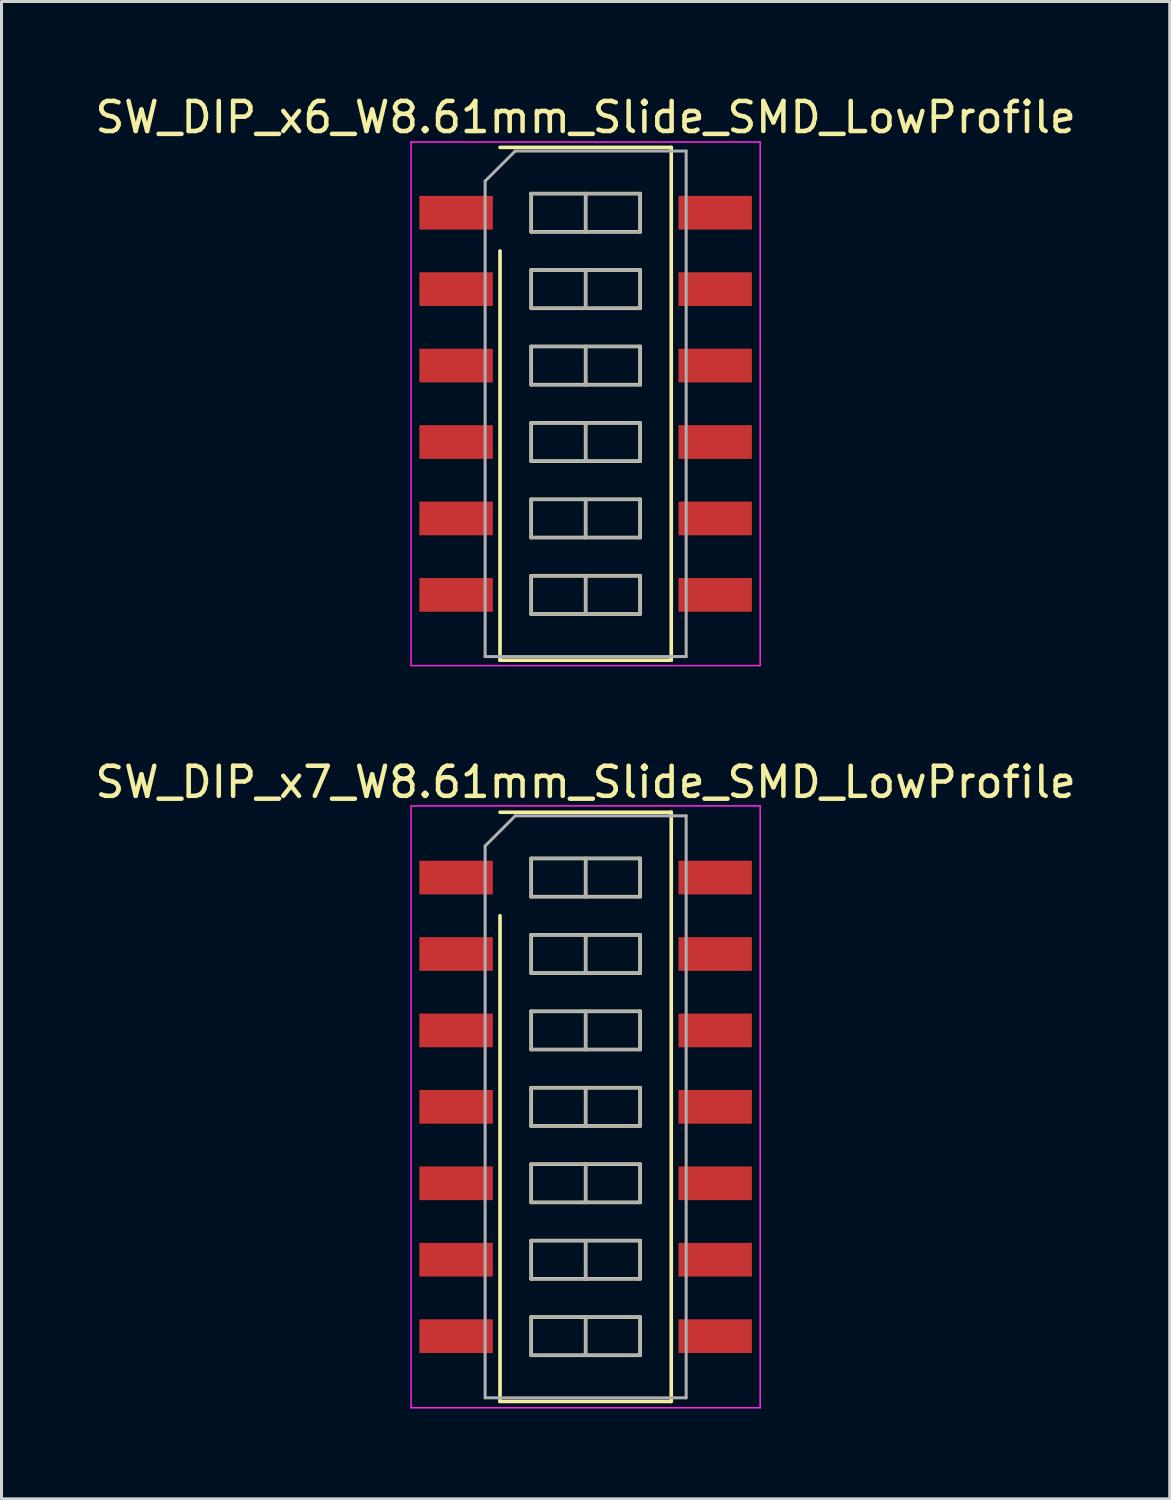
<source format=kicad_pcb>
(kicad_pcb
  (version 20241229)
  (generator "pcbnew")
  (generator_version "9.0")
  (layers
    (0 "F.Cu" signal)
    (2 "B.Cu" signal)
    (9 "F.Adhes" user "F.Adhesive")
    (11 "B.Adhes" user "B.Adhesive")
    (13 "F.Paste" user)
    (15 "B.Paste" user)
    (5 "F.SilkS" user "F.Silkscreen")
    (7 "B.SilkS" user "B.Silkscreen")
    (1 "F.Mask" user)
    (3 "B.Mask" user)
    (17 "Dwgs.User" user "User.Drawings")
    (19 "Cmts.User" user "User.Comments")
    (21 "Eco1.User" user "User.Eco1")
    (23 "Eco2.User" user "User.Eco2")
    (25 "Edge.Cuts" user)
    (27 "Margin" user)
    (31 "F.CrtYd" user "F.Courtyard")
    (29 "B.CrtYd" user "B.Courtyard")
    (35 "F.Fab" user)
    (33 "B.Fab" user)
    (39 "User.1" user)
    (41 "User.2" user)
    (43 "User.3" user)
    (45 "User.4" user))
  (footprint "SW_DIP_x7_W8.61mm_Slide_SMD_LowProfile"
    (layer "F.Cu")
    (at 16.411 33.731)
    (property "Reference" "SW_DIP_x7_W8.61mm_Slide_SMD_LowProfile" (at 0 -10.79 0) (layer "F.SilkS") (effects (font (size 1 1) (thickness 0.15))))
    (attr smd)
    (fp_line (start -2.845 -9.79) (end 2.845 -9.79) (stroke (width 0.12) (type solid)) (layer "F.SilkS"))
    (fp_line (start -2.845 9.79) (end -2.845 -6.35) (stroke (width 0.12) (type solid)) (layer "F.SilkS"))
    (fp_line (start -1.81 -8.255) (end -1.81 -6.985) (stroke (width 0.12) (type solid)) (layer "F.SilkS"))
    (fp_line (start -1.81 -6.985) (end 1.81 -6.985) (stroke (width 0.12) (type solid)) (layer "F.SilkS"))
    (fp_line (start -1.81 -5.715) (end -1.81 -4.445) (stroke (width 0.12) (type solid)) (layer "F.SilkS"))
    (fp_line (start -1.81 -4.445) (end 1.81 -4.445) (stroke (width 0.12) (type solid)) (layer "F.SilkS"))
    (fp_line (start -1.81 -3.175) (end -1.81 -1.905) (stroke (width 0.12) (type solid)) (layer "F.SilkS"))
    (fp_line (start -1.81 -1.905) (end 1.81 -1.905) (stroke (width 0.12) (type solid)) (layer "F.SilkS"))
    (fp_line (start -1.81 -0.635) (end -1.81 0.635) (stroke (width 0.12) (type solid)) (layer "F.SilkS"))
    (fp_line (start -1.81 0.635) (end 1.81 0.635) (stroke (width 0.12) (type solid)) (layer "F.SilkS"))
    (fp_line (start -1.81 1.905) (end -1.81 3.175) (stroke (width 0.12) (type solid)) (layer "F.SilkS"))
    (fp_line (start -1.81 3.175) (end 1.81 3.175) (stroke (width 0.12) (type solid)) (layer "F.SilkS"))
    (fp_line (start -1.81 4.445) (end -1.81 5.715) (stroke (width 0.12) (type solid)) (layer "F.SilkS"))
    (fp_line (start -1.81 5.715) (end 1.81 5.715) (stroke (width 0.12) (type solid)) (layer "F.SilkS"))
    (fp_line (start -1.81 6.985) (end -1.81 8.255) (stroke (width 0.12) (type solid)) (layer "F.SilkS"))
    (fp_line (start -1.81 8.255) (end 1.81 8.255) (stroke (width 0.12) (type solid)) (layer "F.SilkS"))
    (fp_line (start 0 -8.255) (end 0 -6.985) (stroke (width 0.12) (type solid)) (layer "F.SilkS"))
    (fp_line (start 0 -5.715) (end 0 -4.445) (stroke (width 0.12) (type solid)) (layer "F.SilkS"))
    (fp_line (start 0 -3.175) (end 0 -1.905) (stroke (width 0.12) (type solid)) (layer "F.SilkS"))
    (fp_line (start 0 -0.635) (end 0 0.635) (stroke (width 0.12) (type solid)) (layer "F.SilkS"))
    (fp_line (start 0 1.905) (end 0 3.175) (stroke (width 0.12) (type solid)) (layer "F.SilkS"))
    (fp_line (start 0 4.445) (end 0 5.715) (stroke (width 0.12) (type solid)) (layer "F.SilkS"))
    (fp_line (start 0 6.985) (end 0 8.255) (stroke (width 0.12) (type solid)) (layer "F.SilkS"))
    (fp_line (start 1.81 -8.255) (end -1.81 -8.255) (stroke (width 0.12) (type solid)) (layer "F.SilkS"))
    (fp_line (start 1.81 -6.985) (end 1.81 -8.255) (stroke (width 0.12) (type solid)) (layer "F.SilkS"))
    (fp_line (start 1.81 -5.715) (end -1.81 -5.715) (stroke (width 0.12) (type solid)) (layer "F.SilkS"))
    (fp_line (start 1.81 -4.445) (end 1.81 -5.715) (stroke (width 0.12) (type solid)) (layer "F.SilkS"))
    (fp_line (start 1.81 -3.175) (end -1.81 -3.175) (stroke (width 0.12) (type solid)) (layer "F.SilkS"))
    (fp_line (start 1.81 -1.905) (end 1.81 -3.175) (stroke (width 0.12) (type solid)) (layer "F.SilkS"))
    (fp_line (start 1.81 -0.635) (end -1.81 -0.635) (stroke (width 0.12) (type solid)) (layer "F.SilkS"))
    (fp_line (start 1.81 0.635) (end 1.81 -0.635) (stroke (width 0.12) (type solid)) (layer "F.SilkS"))
    (fp_line (start 1.81 1.905) (end -1.81 1.905) (stroke (width 0.12) (type solid)) (layer "F.SilkS"))
    (fp_line (start 1.81 3.175) (end 1.81 1.905) (stroke (width 0.12) (type solid)) (layer "F.SilkS"))
    (fp_line (start 1.81 4.445) (end -1.81 4.445) (stroke (width 0.12) (type solid)) (layer "F.SilkS"))
    (fp_line (start 1.81 5.715) (end 1.81 4.445) (stroke (width 0.12) (type solid)) (layer "F.SilkS"))
    (fp_line (start 1.81 6.985) (end -1.81 6.985) (stroke (width 0.12) (type solid)) (layer "F.SilkS"))
    (fp_line (start 1.81 8.255) (end 1.81 6.985) (stroke (width 0.12) (type solid)) (layer "F.SilkS"))
    (fp_line (start 2.845 -9.79) (end 2.845 9.79) (stroke (width 0.12) (type solid)) (layer "F.SilkS"))
    (fp_line (start 2.845 9.79) (end -2.845 9.79) (stroke (width 0.12) (type solid)) (layer "F.SilkS"))
    (fp_line (start -5.8 -10) (end -5.8 10) (stroke (width 0.05) (type solid)) (layer "F.CrtYd"))
    (fp_line (start -5.8 10) (end 5.8 10) (stroke (width 0.05) (type solid)) (layer "F.CrtYd"))
    (fp_line (start 5.8 -10) (end -5.8 -10) (stroke (width 0.05) (type solid)) (layer "F.CrtYd"))
    (fp_line (start 5.8 10) (end 5.8 -10) (stroke (width 0.05) (type solid)) (layer "F.CrtYd"))
    (fp_line (start -3.34 -8.67) (end -2.34 -9.67) (stroke (width 0.1) (type solid)) (layer "F.Fab"))
    (fp_line (start -3.34 9.67) (end -3.34 -8.67) (stroke (width 0.1) (type solid)) (layer "F.Fab"))
    (fp_line (start -2.34 -9.67) (end 3.34 -9.67) (stroke (width 0.1) (type solid)) (layer "F.Fab"))
    (fp_line (start -1.81 -8.255) (end -1.81 -6.985) (stroke (width 0.1) (type solid)) (layer "F.Fab"))
    (fp_line (start -1.81 -6.985) (end 1.81 -6.985) (stroke (width 0.1) (type solid)) (layer "F.Fab"))
    (fp_line (start -1.81 -5.715) (end -1.81 -4.445) (stroke (width 0.1) (type solid)) (layer "F.Fab"))
    (fp_line (start -1.81 -4.445) (end 1.81 -4.445) (stroke (width 0.1) (type solid)) (layer "F.Fab"))
    (fp_line (start -1.81 -3.175) (end -1.81 -1.905) (stroke (width 0.1) (type solid)) (layer "F.Fab"))
    (fp_line (start -1.81 -1.905) (end 1.81 -1.905) (stroke (width 0.1) (type solid)) (layer "F.Fab"))
    (fp_line (start -1.81 -0.635) (end -1.81 0.635) (stroke (width 0.1) (type solid)) (layer "F.Fab"))
    (fp_line (start -1.81 0.635) (end 1.81 0.635) (stroke (width 0.1) (type solid)) (layer "F.Fab"))
    (fp_line (start -1.81 1.905) (end -1.81 3.175) (stroke (width 0.1) (type solid)) (layer "F.Fab"))
    (fp_line (start -1.81 3.175) (end 1.81 3.175) (stroke (width 0.1) (type solid)) (layer "F.Fab"))
    (fp_line (start -1.81 4.445) (end -1.81 5.715) (stroke (width 0.1) (type solid)) (layer "F.Fab"))
    (fp_line (start -1.81 5.715) (end 1.81 5.715) (stroke (width 0.1) (type solid)) (layer "F.Fab"))
    (fp_line (start -1.81 6.985) (end -1.81 8.255) (stroke (width 0.1) (type solid)) (layer "F.Fab"))
    (fp_line (start -1.81 8.255) (end 1.81 8.255) (stroke (width 0.1) (type solid)) (layer "F.Fab"))
    (fp_line (start 0 -8.255) (end 0 -6.985) (stroke (width 0.1) (type solid)) (layer "F.Fab"))
    (fp_line (start 0 -5.715) (end 0 -4.445) (stroke (width 0.1) (type solid)) (layer "F.Fab"))
    (fp_line (start 0 -3.175) (end 0 -1.905) (stroke (width 0.1) (type solid)) (layer "F.Fab"))
    (fp_line (start 0 -0.635) (end 0 0.635) (stroke (width 0.1) (type solid)) (layer "F.Fab"))
    (fp_line (start 0 1.905) (end 0 3.175) (stroke (width 0.1) (type solid)) (layer "F.Fab"))
    (fp_line (start 0 4.445) (end 0 5.715) (stroke (width 0.1) (type solid)) (layer "F.Fab"))
    (fp_line (start 0 6.985) (end 0 8.255) (stroke (width 0.1) (type solid)) (layer "F.Fab"))
    (fp_line (start 1.81 -8.255) (end -1.81 -8.255) (stroke (width 0.1) (type solid)) (layer "F.Fab"))
    (fp_line (start 1.81 -6.985) (end 1.81 -8.255) (stroke (width 0.1) (type solid)) (layer "F.Fab"))
    (fp_line (start 1.81 -5.715) (end -1.81 -5.715) (stroke (width 0.1) (type solid)) (layer "F.Fab"))
    (fp_line (start 1.81 -4.445) (end 1.81 -5.715) (stroke (width 0.1) (type solid)) (layer "F.Fab"))
    (fp_line (start 1.81 -3.175) (end -1.81 -3.175) (stroke (width 0.1) (type solid)) (layer "F.Fab"))
    (fp_line (start 1.81 -1.905) (end 1.81 -3.175) (stroke (width 0.1) (type solid)) (layer "F.Fab"))
    (fp_line (start 1.81 -0.635) (end -1.81 -0.635) (stroke (width 0.1) (type solid)) (layer "F.Fab"))
    (fp_line (start 1.81 0.635) (end 1.81 -0.635) (stroke (width 0.1) (type solid)) (layer "F.Fab"))
    (fp_line (start 1.81 1.905) (end -1.81 1.905) (stroke (width 0.1) (type solid)) (layer "F.Fab"))
    (fp_line (start 1.81 3.175) (end 1.81 1.905) (stroke (width 0.1) (type solid)) (layer "F.Fab"))
    (fp_line (start 1.81 4.445) (end -1.81 4.445) (stroke (width 0.1) (type solid)) (layer "F.Fab"))
    (fp_line (start 1.81 5.715) (end 1.81 4.445) (stroke (width 0.1) (type solid)) (layer "F.Fab"))
    (fp_line (start 1.81 6.985) (end -1.81 6.985) (stroke (width 0.1) (type solid)) (layer "F.Fab"))
    (fp_line (start 1.81 8.255) (end 1.81 6.985) (stroke (width 0.1) (type solid)) (layer "F.Fab"))
    (fp_line (start 3.34 -9.67) (end 3.34 9.67) (stroke (width 0.1) (type solid)) (layer "F.Fab"))
    (fp_line (start 3.34 9.67) (end -3.34 9.67) (stroke (width 0.1) (type solid)) (layer "F.Fab"))
    (pad "1" smd rect (at -4.305 -7.62) (size 2.44 1.12) (layers "F.Cu" "F.Mask"))
    (pad "2" smd rect (at -4.305 -5.08) (size 2.44 1.12) (layers "F.Cu" "F.Mask"))
    (pad "3" smd rect (at -4.305 -2.54) (size 2.44 1.12) (layers "F.Cu" "F.Mask"))
    (pad "4" smd rect (at -4.305 0) (size 2.44 1.12) (layers "F.Cu" "F.Mask"))
    (pad "5" smd rect (at -4.305 2.54) (size 2.44 1.12) (layers "F.Cu" "F.Mask"))
    (pad "6" smd rect (at -4.305 5.08) (size 2.44 1.12) (layers "F.Cu" "F.Mask"))
    (pad "7" smd rect (at -4.305 7.62) (size 2.44 1.12) (layers "F.Cu" "F.Mask"))
    (pad "8" smd rect (at 4.305 7.62) (size 2.44 1.12) (layers "F.Cu" "F.Mask"))
    (pad "9" smd rect (at 4.305 5.08) (size 2.44 1.12) (layers "F.Cu" "F.Mask"))
    (pad "10" smd rect (at 4.305 2.54) (size 2.44 1.12) (layers "F.Cu" "F.Mask"))
    (pad "11" smd rect (at 4.305 0) (size 2.44 1.12) (layers "F.Cu" "F.Mask"))
    (pad "12" smd rect (at 4.305 -2.54) (size 2.44 1.12) (layers "F.Cu" "F.Mask"))
    (pad "13" smd rect (at 4.305 -5.08) (size 2.44 1.12) (layers "F.Cu" "F.Mask"))
    (pad "14" smd rect (at 4.305 -7.62) (size 2.44 1.12) (layers "F.Cu" "F.Mask")))
  (footprint "SW_DIP_x6_W8.61mm_Slide_SMD_LowProfile"
    (layer "F.Cu")
    (at 16.411 10.368)
    (property "Reference" "SW_DIP_x6_W8.61mm_Slide_SMD_LowProfile" (at 0 -9.52 0) (layer "F.SilkS") (effects (font (size 1 1) (thickness 0.15))))
    (attr smd)
    (fp_line (start -2.845 -8.52) (end 2.845 -8.52) (stroke (width 0.12) (type solid)) (layer "F.SilkS"))
    (fp_line (start -2.845 8.52) (end -2.845 -5.08) (stroke (width 0.12) (type solid)) (layer "F.SilkS"))
    (fp_line (start -1.81 -6.985) (end -1.81 -5.715) (stroke (width 0.12) (type solid)) (layer "F.SilkS"))
    (fp_line (start -1.81 -5.715) (end 1.81 -5.715) (stroke (width 0.12) (type solid)) (layer "F.SilkS"))
    (fp_line (start -1.81 -4.445) (end -1.81 -3.175) (stroke (width 0.12) (type solid)) (layer "F.SilkS"))
    (fp_line (start -1.81 -3.175) (end 1.81 -3.175) (stroke (width 0.12) (type solid)) (layer "F.SilkS"))
    (fp_line (start -1.81 -1.905) (end -1.81 -0.635) (stroke (width 0.12) (type solid)) (layer "F.SilkS"))
    (fp_line (start -1.81 -0.635) (end 1.81 -0.635) (stroke (width 0.12) (type solid)) (layer "F.SilkS"))
    (fp_line (start -1.81 0.635) (end -1.81 1.905) (stroke (width 0.12) (type solid)) (layer "F.SilkS"))
    (fp_line (start -1.81 1.905) (end 1.81 1.905) (stroke (width 0.12) (type solid)) (layer "F.SilkS"))
    (fp_line (start -1.81 3.175) (end -1.81 4.445) (stroke (width 0.12) (type solid)) (layer "F.SilkS"))
    (fp_line (start -1.81 4.445) (end 1.81 4.445) (stroke (width 0.12) (type solid)) (layer "F.SilkS"))
    (fp_line (start -1.81 5.715) (end -1.81 6.985) (stroke (width 0.12) (type solid)) (layer "F.SilkS"))
    (fp_line (start -1.81 6.985) (end 1.81 6.985) (stroke (width 0.12) (type solid)) (layer "F.SilkS"))
    (fp_line (start 0 -6.985) (end 0 -5.715) (stroke (width 0.12) (type solid)) (layer "F.SilkS"))
    (fp_line (start 0 -4.445) (end 0 -3.175) (stroke (width 0.12) (type solid)) (layer "F.SilkS"))
    (fp_line (start 0 -1.905) (end 0 -0.635) (stroke (width 0.12) (type solid)) (layer "F.SilkS"))
    (fp_line (start 0 0.635) (end 0 1.905) (stroke (width 0.12) (type solid)) (layer "F.SilkS"))
    (fp_line (start 0 3.175) (end 0 4.445) (stroke (width 0.12) (type solid)) (layer "F.SilkS"))
    (fp_line (start 0 5.715) (end 0 6.985) (stroke (width 0.12) (type solid)) (layer "F.SilkS"))
    (fp_line (start 1.81 -6.985) (end -1.81 -6.985) (stroke (width 0.12) (type solid)) (layer "F.SilkS"))
    (fp_line (start 1.81 -5.715) (end 1.81 -6.985) (stroke (width 0.12) (type solid)) (layer "F.SilkS"))
    (fp_line (start 1.81 -4.445) (end -1.81 -4.445) (stroke (width 0.12) (type solid)) (layer "F.SilkS"))
    (fp_line (start 1.81 -3.175) (end 1.81 -4.445) (stroke (width 0.12) (type solid)) (layer "F.SilkS"))
    (fp_line (start 1.81 -1.905) (end -1.81 -1.905) (stroke (width 0.12) (type solid)) (layer "F.SilkS"))
    (fp_line (start 1.81 -0.635) (end 1.81 -1.905) (stroke (width 0.12) (type solid)) (layer "F.SilkS"))
    (fp_line (start 1.81 0.635) (end -1.81 0.635) (stroke (width 0.12) (type solid)) (layer "F.SilkS"))
    (fp_line (start 1.81 1.905) (end 1.81 0.635) (stroke (width 0.12) (type solid)) (layer "F.SilkS"))
    (fp_line (start 1.81 3.175) (end -1.81 3.175) (stroke (width 0.12) (type solid)) (layer "F.SilkS"))
    (fp_line (start 1.81 4.445) (end 1.81 3.175) (stroke (width 0.12) (type solid)) (layer "F.SilkS"))
    (fp_line (start 1.81 5.715) (end -1.81 5.715) (stroke (width 0.12) (type solid)) (layer "F.SilkS"))
    (fp_line (start 1.81 6.985) (end 1.81 5.715) (stroke (width 0.12) (type solid)) (layer "F.SilkS"))
    (fp_line (start 2.845 -8.52) (end 2.845 8.52) (stroke (width 0.12) (type solid)) (layer "F.SilkS"))
    (fp_line (start 2.845 8.52) (end -2.845 8.52) (stroke (width 0.12) (type solid)) (layer "F.SilkS"))
    (fp_line (start -5.8 -8.7) (end -5.8 8.7) (stroke (width 0.05) (type solid)) (layer "F.CrtYd"))
    (fp_line (start -5.8 8.7) (end 5.8 8.7) (stroke (width 0.05) (type solid)) (layer "F.CrtYd"))
    (fp_line (start 5.8 -8.7) (end -5.8 -8.7) (stroke (width 0.05) (type solid)) (layer "F.CrtYd"))
    (fp_line (start 5.8 8.7) (end 5.8 -8.7) (stroke (width 0.05) (type solid)) (layer "F.CrtYd"))
    (fp_line (start -3.34 -7.4) (end -2.34 -8.4) (stroke (width 0.1) (type solid)) (layer "F.Fab"))
    (fp_line (start -3.34 8.4) (end -3.34 -7.4) (stroke (width 0.1) (type solid)) (layer "F.Fab"))
    (fp_line (start -2.34 -8.4) (end 3.34 -8.4) (stroke (width 0.1) (type solid)) (layer "F.Fab"))
    (fp_line (start -1.81 -6.985) (end -1.81 -5.715) (stroke (width 0.1) (type solid)) (layer "F.Fab"))
    (fp_line (start -1.81 -5.715) (end 1.81 -5.715) (stroke (width 0.1) (type solid)) (layer "F.Fab"))
    (fp_line (start -1.81 -4.445) (end -1.81 -3.175) (stroke (width 0.1) (type solid)) (layer "F.Fab"))
    (fp_line (start -1.81 -3.175) (end 1.81 -3.175) (stroke (width 0.1) (type solid)) (layer "F.Fab"))
    (fp_line (start -1.81 -1.905) (end -1.81 -0.635) (stroke (width 0.1) (type solid)) (layer "F.Fab"))
    (fp_line (start -1.81 -0.635) (end 1.81 -0.635) (stroke (width 0.1) (type solid)) (layer "F.Fab"))
    (fp_line (start -1.81 0.635) (end -1.81 1.905) (stroke (width 0.1) (type solid)) (layer "F.Fab"))
    (fp_line (start -1.81 1.905) (end 1.81 1.905) (stroke (width 0.1) (type solid)) (layer "F.Fab"))
    (fp_line (start -1.81 3.175) (end -1.81 4.445) (stroke (width 0.1) (type solid)) (layer "F.Fab"))
    (fp_line (start -1.81 4.445) (end 1.81 4.445) (stroke (width 0.1) (type solid)) (layer "F.Fab"))
    (fp_line (start -1.81 5.715) (end -1.81 6.985) (stroke (width 0.1) (type solid)) (layer "F.Fab"))
    (fp_line (start -1.81 6.985) (end 1.81 6.985) (stroke (width 0.1) (type solid)) (layer "F.Fab"))
    (fp_line (start 0 -6.985) (end 0 -5.715) (stroke (width 0.1) (type solid)) (layer "F.Fab"))
    (fp_line (start 0 -4.445) (end 0 -3.175) (stroke (width 0.1) (type solid)) (layer "F.Fab"))
    (fp_line (start 0 -1.905) (end 0 -0.635) (stroke (width 0.1) (type solid)) (layer "F.Fab"))
    (fp_line (start 0 0.635) (end 0 1.905) (stroke (width 0.1) (type solid)) (layer "F.Fab"))
    (fp_line (start 0 3.175) (end 0 4.445) (stroke (width 0.1) (type solid)) (layer "F.Fab"))
    (fp_line (start 0 5.715) (end 0 6.985) (stroke (width 0.1) (type solid)) (layer "F.Fab"))
    (fp_line (start 1.81 -6.985) (end -1.81 -6.985) (stroke (width 0.1) (type solid)) (layer "F.Fab"))
    (fp_line (start 1.81 -5.715) (end 1.81 -6.985) (stroke (width 0.1) (type solid)) (layer "F.Fab"))
    (fp_line (start 1.81 -4.445) (end -1.81 -4.445) (stroke (width 0.1) (type solid)) (layer "F.Fab"))
    (fp_line (start 1.81 -3.175) (end 1.81 -4.445) (stroke (width 0.1) (type solid)) (layer "F.Fab"))
    (fp_line (start 1.81 -1.905) (end -1.81 -1.905) (stroke (width 0.1) (type solid)) (layer "F.Fab"))
    (fp_line (start 1.81 -0.635) (end 1.81 -1.905) (stroke (width 0.1) (type solid)) (layer "F.Fab"))
    (fp_line (start 1.81 0.635) (end -1.81 0.635) (stroke (width 0.1) (type solid)) (layer "F.Fab"))
    (fp_line (start 1.81 1.905) (end 1.81 0.635) (stroke (width 0.1) (type solid)) (layer "F.Fab"))
    (fp_line (start 1.81 3.175) (end -1.81 3.175) (stroke (width 0.1) (type solid)) (layer "F.Fab"))
    (fp_line (start 1.81 4.445) (end 1.81 3.175) (stroke (width 0.1) (type solid)) (layer "F.Fab"))
    (fp_line (start 1.81 5.715) (end -1.81 5.715) (stroke (width 0.1) (type solid)) (layer "F.Fab"))
    (fp_line (start 1.81 6.985) (end 1.81 5.715) (stroke (width 0.1) (type solid)) (layer "F.Fab"))
    (fp_line (start 3.34 -8.4) (end 3.34 8.4) (stroke (width 0.1) (type solid)) (layer "F.Fab"))
    (fp_line (start 3.34 8.4) (end -3.34 8.4) (stroke (width 0.1) (type solid)) (layer "F.Fab"))
    (pad "1" smd rect (at -4.305 -6.35) (size 2.44 1.12) (layers "F.Cu" "F.Mask"))
    (pad "2" smd rect (at -4.305 -3.81) (size 2.44 1.12) (layers "F.Cu" "F.Mask"))
    (pad "3" smd rect (at -4.305 -1.27) (size 2.44 1.12) (layers "F.Cu" "F.Mask"))
    (pad "4" smd rect (at -4.305 1.27) (size 2.44 1.12) (layers "F.Cu" "F.Mask"))
    (pad "5" smd rect (at -4.305 3.81) (size 2.44 1.12) (layers "F.Cu" "F.Mask"))
    (pad "6" smd rect (at -4.305 6.35) (size 2.44 1.12) (layers "F.Cu" "F.Mask"))
    (pad "7" smd rect (at 4.305 6.35) (size 2.44 1.12) (layers "F.Cu" "F.Mask"))
    (pad "8" smd rect (at 4.305 3.81) (size 2.44 1.12) (layers "F.Cu" "F.Mask"))
    (pad "9" smd rect (at 4.305 1.27) (size 2.44 1.12) (layers "F.Cu" "F.Mask"))
    (pad "10" smd rect (at 4.305 -1.27) (size 2.44 1.12) (layers "F.Cu" "F.Mask"))
    (pad "11" smd rect (at 4.305 -3.81) (size 2.44 1.12) (layers "F.Cu" "F.Mask"))
    (pad "12" smd rect (at 4.305 -6.35) (size 2.44 1.12) (layers "F.Cu" "F.Mask")))
  (gr_rect
    (start -3 -3)
    (end 35.821 46.757)
    (stroke (width 0.1) (type default))
    (fill no)
    (layer "Edge.Cuts")))
</source>
